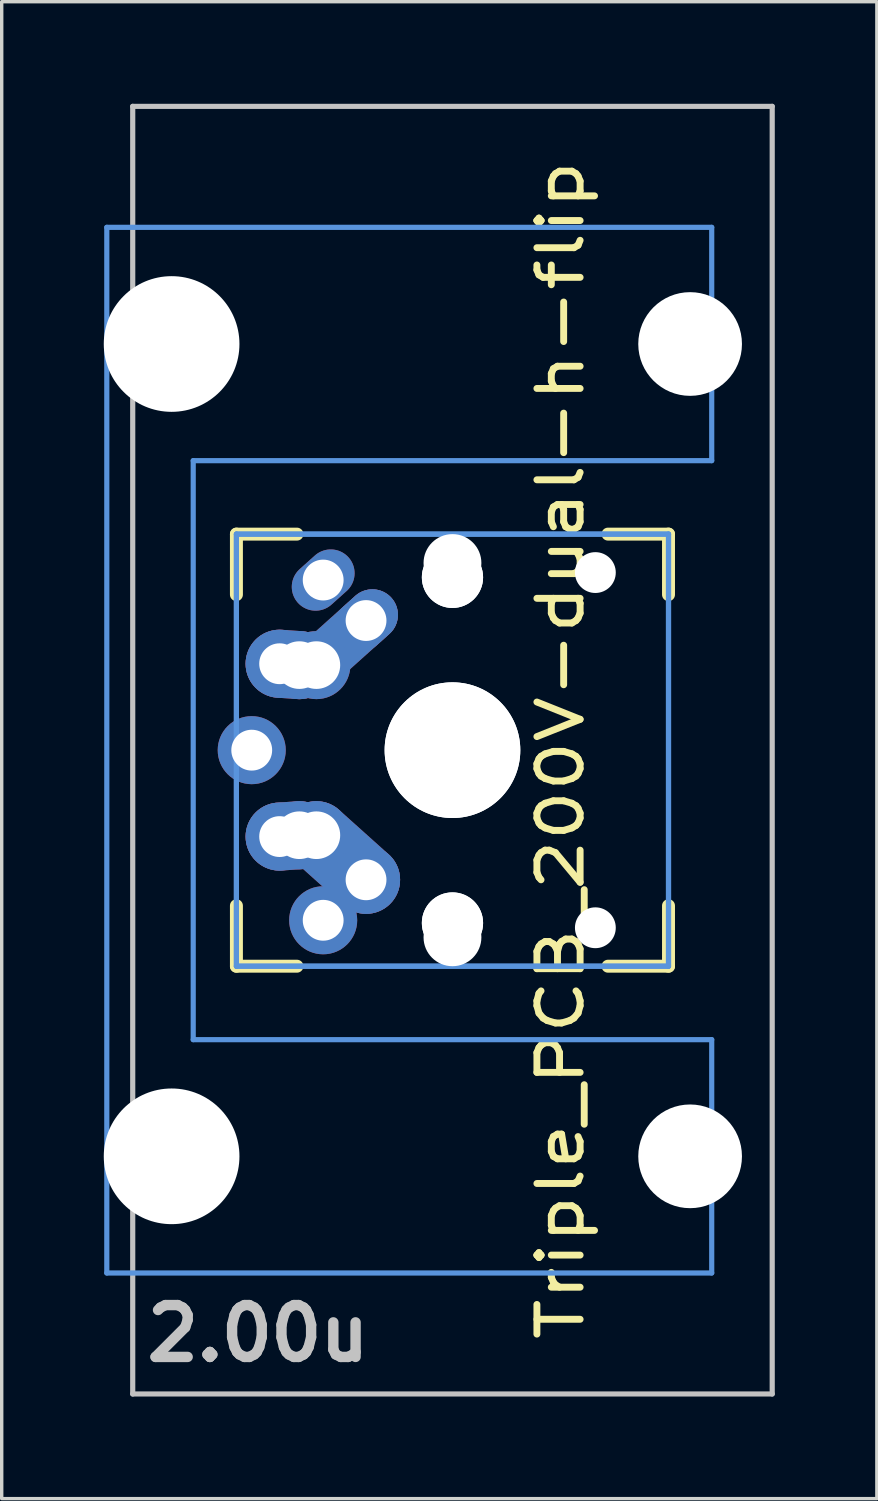
<source format=kicad_pcb>
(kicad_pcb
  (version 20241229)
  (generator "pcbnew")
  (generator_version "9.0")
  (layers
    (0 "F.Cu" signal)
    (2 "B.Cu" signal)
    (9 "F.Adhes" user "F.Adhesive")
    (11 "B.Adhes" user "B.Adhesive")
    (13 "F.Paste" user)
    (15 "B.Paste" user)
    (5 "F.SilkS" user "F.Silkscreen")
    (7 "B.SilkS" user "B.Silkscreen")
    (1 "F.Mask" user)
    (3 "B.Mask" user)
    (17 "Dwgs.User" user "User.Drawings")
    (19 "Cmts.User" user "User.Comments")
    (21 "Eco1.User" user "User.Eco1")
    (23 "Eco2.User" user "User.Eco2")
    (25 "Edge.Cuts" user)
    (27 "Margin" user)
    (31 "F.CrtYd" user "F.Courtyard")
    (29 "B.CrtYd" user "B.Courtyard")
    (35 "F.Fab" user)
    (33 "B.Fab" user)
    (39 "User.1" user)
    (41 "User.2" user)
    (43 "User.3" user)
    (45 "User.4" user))
  (footprint "Triple_PCB_200V-dual-h-flip"
    (layer "F.Cu")
    (at 10.249 18.999)
    (property "Reference" "Triple_PCB_200V-dual-h-flip" (at 3.175 0 90) (layer "F.SilkS") (effects (font (size 1.27 1.524) (thickness 0.203))))
    (attr through_hole)
    (fp_line (start -6.35 -6.35) (end -4.572 -6.35) (stroke (width 0.381) (type solid)) (layer "F.SilkS"))
    (fp_line (start -6.35 -4.572) (end -6.35 -6.35) (stroke (width 0.381) (type solid)) (layer "F.SilkS"))
    (fp_line (start -6.35 6.35) (end -6.35 4.572) (stroke (width 0.381) (type solid)) (layer "F.SilkS"))
    (fp_line (start -4.572 6.35) (end -6.35 6.35) (stroke (width 0.381) (type solid)) (layer "F.SilkS"))
    (fp_line (start 4.572 -6.35) (end 6.35 -6.35) (stroke (width 0.381) (type solid)) (layer "F.SilkS"))
    (fp_line (start 6.35 -6.35) (end 6.35 -4.572) (stroke (width 0.381) (type solid)) (layer "F.SilkS"))
    (fp_line (start 6.35 4.572) (end 6.35 6.35) (stroke (width 0.381) (type solid)) (layer "F.SilkS"))
    (fp_line (start 6.35 6.35) (end 4.572 6.35) (stroke (width 0.381) (type solid)) (layer "F.SilkS"))
    (fp_line (start -9.398 -18.923) (end 9.398 -18.923) (stroke (width 0.152) (type solid)) (layer "Dwgs.User"))
    (fp_line (start -9.398 18.923) (end -9.398 -18.923) (stroke (width 0.152) (type solid)) (layer "Dwgs.User"))
    (fp_line (start 9.398 -18.923) (end 9.398 18.923) (stroke (width 0.152) (type solid)) (layer "Dwgs.User"))
    (fp_line (start 9.398 18.923) (end -9.398 18.923) (stroke (width 0.152) (type solid)) (layer "Dwgs.User"))
    (fp_line (start -10.16 -15.367) (end -10.16 15.367) (stroke (width 0.152) (type solid)) (layer "Cmts.User"))
    (fp_line (start -10.16 15.367) (end 7.62 15.367) (stroke (width 0.152) (type solid)) (layer "Cmts.User"))
    (fp_line (start -7.62 -8.509) (end 7.62 -8.509) (stroke (width 0.152) (type solid)) (layer "Cmts.User"))
    (fp_line (start -7.62 8.509) (end -7.62 -8.509) (stroke (width 0.152) (type solid)) (layer "Cmts.User"))
    (fp_line (start -6.35 -6.35) (end 6.35 -6.35) (stroke (width 0.152) (type solid)) (layer "Cmts.User"))
    (fp_line (start -6.35 -6.35) (end 6.35 -6.35) (stroke (width 0.152) (type solid)) (layer "Cmts.User"))
    (fp_line (start -6.35 6.35) (end -6.35 -6.35) (stroke (width 0.152) (type solid)) (layer "Cmts.User"))
    (fp_line (start -6.35 6.35) (end -6.35 -6.35) (stroke (width 0.152) (type solid)) (layer "Cmts.User"))
    (fp_line (start 6.35 -6.35) (end 6.35 6.35) (stroke (width 0.152) (type solid)) (layer "Cmts.User"))
    (fp_line (start 6.35 -6.35) (end 6.35 6.35) (stroke (width 0.152) (type solid)) (layer "Cmts.User"))
    (fp_line (start 6.35 6.35) (end -6.35 6.35) (stroke (width 0.152) (type solid)) (layer "Cmts.User"))
    (fp_line (start 6.35 6.35) (end -6.35 6.35) (stroke (width 0.152) (type solid)) (layer "Cmts.User"))
    (fp_line (start 7.62 -15.367) (end -10.16 -15.367) (stroke (width 0.152) (type solid)) (layer "Cmts.User"))
    (fp_line (start 7.62 -8.509) (end 7.62 -15.367) (stroke (width 0.152) (type solid)) (layer "Cmts.User"))
    (fp_line (start 7.62 8.509) (end -7.62 8.509) (stroke (width 0.152) (type solid)) (layer "Cmts.User"))
    (fp_line (start 7.62 15.367) (end 7.62 8.509) (stroke (width 0.152) (type solid)) (layer "Cmts.User"))
    (fp_line (start -7.772 -14.224) (end -6.604 -14.224) (stroke (width 0.152) (type solid)) (layer "Eco2.User"))
    (fp_line (start -7.772 -9.652) (end -7.772 -14.224) (stroke (width 0.152) (type solid)) (layer "Eco2.User"))
    (fp_line (start -7.772 9.652) (end -6.604 9.652) (stroke (width 0.152) (type solid)) (layer "Eco2.User"))
    (fp_line (start -7.772 14.224) (end -7.772 9.652) (stroke (width 0.152) (type solid)) (layer "Eco2.User"))
    (fp_line (start -7.5 -7.5) (end 7.5 -7.5) (stroke (width 0.152) (type solid)) (layer "Eco2.User"))
    (fp_line (start -7.5 7.5) (end -7.5 -7.5) (stroke (width 0.152) (type solid)) (layer "Eco2.User"))
    (fp_line (start -6.985 -6.985) (end -5.817 -6.985) (stroke (width 0.152) (type solid)) (layer "Eco2.User"))
    (fp_line (start -6.985 -6.985) (end 6.985 -6.985) (stroke (width 0.152) (type solid)) (layer "Eco2.User"))
    (fp_line (start -6.985 6.985) (end -6.985 -6.985) (stroke (width 0.152) (type solid)) (layer "Eco2.User"))
    (fp_line (start -6.985 6.985) (end -6.985 -6.985) (stroke (width 0.152) (type solid)) (layer "Eco2.User"))
    (fp_line (start -6.604 -15.265) (end -0.508 -15.265) (stroke (width 0.152) (type solid)) (layer "Eco2.User"))
    (fp_line (start -6.604 -14.224) (end -6.604 -15.265) (stroke (width 0.152) (type solid)) (layer "Eco2.User"))
    (fp_line (start -6.604 -9.652) (end -7.772 -9.652) (stroke (width 0.152) (type solid)) (layer "Eco2.User"))
    (fp_line (start -6.604 -8.611) (end -6.604 -9.652) (stroke (width 0.152) (type solid)) (layer "Eco2.User"))
    (fp_line (start -6.604 8.611) (end -5.817 8.611) (stroke (width 0.152) (type solid)) (layer "Eco2.User"))
    (fp_line (start -6.604 9.652) (end -6.604 8.611) (stroke (width 0.152) (type solid)) (layer "Eco2.User"))
    (fp_line (start -6.604 14.224) (end -7.772 14.224) (stroke (width 0.152) (type solid)) (layer "Eco2.User"))
    (fp_line (start -6.604 15.265) (end -6.604 14.224) (stroke (width 0.152) (type solid)) (layer "Eco2.User"))
    (fp_line (start -5.817 -8.611) (end -6.604 -8.611) (stroke (width 0.152) (type solid)) (layer "Eco2.User"))
    (fp_line (start -5.817 -6.985) (end -5.817 -8.611) (stroke (width 0.152) (type solid)) (layer "Eco2.User"))
    (fp_line (start -5.817 6.985) (end -6.985 6.985) (stroke (width 0.152) (type solid)) (layer "Eco2.User"))
    (fp_line (start -5.817 8.611) (end -5.817 6.985) (stroke (width 0.152) (type solid)) (layer "Eco2.User"))
    (fp_line (start -0.508 -16.129) (end 2.286 -16.129) (stroke (width 0.152) (type solid)) (layer "Eco2.User"))
    (fp_line (start -0.508 -15.265) (end -0.508 -16.129) (stroke (width 0.152) (type solid)) (layer "Eco2.User"))
    (fp_line (start -0.508 15.265) (end -6.604 15.265) (stroke (width 0.152) (type solid)) (layer "Eco2.User"))
    (fp_line (start -0.508 16.129) (end -0.508 15.265) (stroke (width 0.152) (type solid)) (layer "Eco2.User"))
    (fp_line (start 2.286 -16.129) (end 2.286 -15.265) (stroke (width 0.152) (type solid)) (layer "Eco2.User"))
    (fp_line (start 2.286 -15.265) (end 5.69 -15.265) (stroke (width 0.152) (type solid)) (layer "Eco2.User"))
    (fp_line (start 2.286 15.265) (end 2.286 16.129) (stroke (width 0.152) (type solid)) (layer "Eco2.User"))
    (fp_line (start 2.286 16.129) (end -0.508 16.129) (stroke (width 0.152) (type solid)) (layer "Eco2.User"))
    (fp_line (start 4.877 -8.611) (end 4.877 -6.985) (stroke (width 0.152) (type solid)) (layer "Eco2.User"))
    (fp_line (start 4.877 -6.985) (end 6.985 -6.985) (stroke (width 0.152) (type solid)) (layer "Eco2.User"))
    (fp_line (start 4.877 6.985) (end 4.877 8.611) (stroke (width 0.152) (type solid)) (layer "Eco2.User"))
    (fp_line (start 4.877 8.611) (end 5.69 8.611) (stroke (width 0.152) (type solid)) (layer "Eco2.User"))
    (fp_line (start 5.69 -15.265) (end 5.69 -8.611) (stroke (width 0.152) (type solid)) (layer "Eco2.User"))
    (fp_line (start 5.69 -8.611) (end 4.877 -8.611) (stroke (width 0.152) (type solid)) (layer "Eco2.User"))
    (fp_line (start 5.69 8.611) (end 5.69 15.265) (stroke (width 0.152) (type solid)) (layer "Eco2.User"))
    (fp_line (start 5.69 15.265) (end 2.286 15.265) (stroke (width 0.152) (type solid)) (layer "Eco2.User"))
    (fp_line (start 6.985 -6.985) (end 6.985 6.985) (stroke (width 0.152) (type solid)) (layer "Eco2.User"))
    (fp_line (start 6.985 -6.985) (end 6.985 6.985) (stroke (width 0.152) (type solid)) (layer "Eco2.User"))
    (fp_line (start 6.985 6.985) (end -6.985 6.985) (stroke (width 0.152) (type solid)) (layer "Eco2.User"))
    (fp_line (start 6.985 6.985) (end 4.877 6.985) (stroke (width 0.152) (type solid)) (layer "Eco2.User"))
    (fp_line (start 7.5 -7.5) (end 7.5 7.5) (stroke (width 0.152) (type solid)) (layer "Eco2.User"))
    (fp_line (start 7.5 7.5) (end -7.5 7.5) (stroke (width 0.152) (type solid)) (layer "Eco2.User"))
    (fp_text user "2.00u" (at -5.715 17.145 180) (layer "Dwgs.User") (effects (font (size 1.524 1.524) (thickness 0.305))))
    (pad "" np_thru_hole circle (at -8.255 -11.938 270) (size 3.988 3.988) (drill 3.988) (layers "*.Cu"))
    (pad "" np_thru_hole circle (at -8.255 11.938 270) (size 3.988 3.988) (drill 3.988) (layers "*.Cu"))
    (pad "" np_thru_hole circle (at 0 -5.5 90) (size 1.7 1.7) (drill 1.7) (layers "*.Cu"))
    (pad "" np_thru_hole circle (at 0 -5.08 90) (size 1.8 1.8) (drill 1.8) (layers "*.Cu"))
    (pad "" np_thru_hole circle (at 0 -5.08 90) (size 1.8 1.8) (drill 1.8) (layers "*.Cu"))
    (pad "" np_thru_hole circle (at 0 0 90) (size 3.988 3.988) (drill 3.988) (layers "*.Cu"))
    (pad "" np_thru_hole circle (at 0 0 90) (size 3.988 3.988) (drill 3.988) (layers "*.Cu"))
    (pad "" np_thru_hole circle (at 0 5.08 90) (size 1.8 1.8) (drill 1.8) (layers "*.Cu"))
    (pad "" np_thru_hole circle (at 0 5.08 90) (size 1.8 1.8) (drill 1.8) (layers "*.Cu"))
    (pad "" np_thru_hole circle (at 0 5.5 90) (size 1.7 1.7) (drill 1.7) (layers "*.Cu"))
    (pad "" np_thru_hole circle (at 4.2 -5.22 90) (size 1.2 1.2) (drill 1.2) (layers "*.Cu"))
    (pad "" np_thru_hole circle (at 4.2 5.22 90) (size 1.2 1.2) (drill 1.2) (layers "*.Cu"))
    (pad "" np_thru_hole circle (at 6.985 -11.938 270) (size 3.048 3.048) (drill 3.048) (layers "*.Cu"))
    (pad "" np_thru_hole circle (at 6.985 11.938 270) (size 3.048 3.048) (drill 3.048) (layers "*.Cu"))
    (pad "1" thru_hole circle (at -5.08 2.54 60.95) (size 2 2) (drill 1.2) (layers "*.Cu" "*.Mask"))
    (pad "1" smd oval (at -4.79 2.52 93.945) (size 2 2.581) (layers "F.Cu" "F.Mask" "F.Paste"))
    (pad "1" smd oval (at -4.79 2.52 93.945) (size 2 2.581) (layers "B.Cu" "B.Mask" "B.Paste"))
    (pad "1" thru_hole circle (at -4.5 2.5 60.95) (size 2 2) (drill 1.4) (layers "*.Cu" "*.Mask"))
    (pad "1" thru_hole circle (at -4 2.5 60.95) (size 2 2) (drill 1.4) (layers "*.Cu" "*.Mask"))
    (pad "1" thru_hole oval (at -3.8 -5 311.9) (size 1.4 2) (drill 1.2) (layers "*.Cu" "*.Mask"))
    (pad "1" thru_hole circle (at -3.8 5 228.1) (size 2 2) (drill 1.2) (layers "*.Cu" "*.Mask"))
    (pad "1" smd oval (at -3.27 3.155 228.1) (size 2 3.962) (layers "F.Cu" "F.Mask" "F.Paste"))
    (pad "1" smd oval (at -3.27 3.155 228.1) (size 2 3.962) (layers "B.Cu" "B.Mask" "B.Paste"))
    (pad "1" thru_hole circle (at -2.54 3.81 90) (size 2 2) (drill oval 1.2) (layers "*.Cu" "*.Mask"))
    (pad "2" thru_hole circle (at -5.9 0 90) (size 2 2) (drill 1.2) (layers "*.Cu" "*.Mask"))
    (pad "2" thru_hole circle (at -5.08 -2.54 60.95) (size 2 2) (drill 1.2) (layers "*.Cu" "*.Mask"))
    (pad "2" smd oval (at -4.79 -2.52 86.055) (size 2 2.581) (layers "F.Cu" "F.Mask" "F.Paste"))
    (pad "2" smd oval (at -4.79 -2.52 86.055) (size 2 2.581) (layers "B.Cu" "B.Mask" "B.Paste"))
    (pad "2" thru_hole circle (at -4.5 -2.5 60.95) (size 2 2) (drill 1.4) (layers "*.Cu" "*.Mask"))
    (pad "2" thru_hole circle (at -4 -2.5 90) (size 2 2) (drill 1.4) (layers "*.Cu" "*.Mask"))
    (pad "2" smd oval (at -3.27 -3.155 311.9) (size 1.5 3.962) (layers "F.Cu" "F.Mask" "F.Paste"))
    (pad "2" smd oval (at -3.27 -3.155 311.9) (size 1.5 3.962) (layers "B.Cu" "B.Mask" "B.Paste"))
    (pad "2" thru_hole oval (at -2.54 -3.81 41.9) (size 2 1.5) (drill 1.2) (layers "*.Cu" "*.Mask")))
  (gr_rect
    (start -3 -3)
    (end 22.723 40.998)
    (stroke (width 0.1) (type default))
    (fill no)
    (layer "Edge.Cuts")))
</source>
